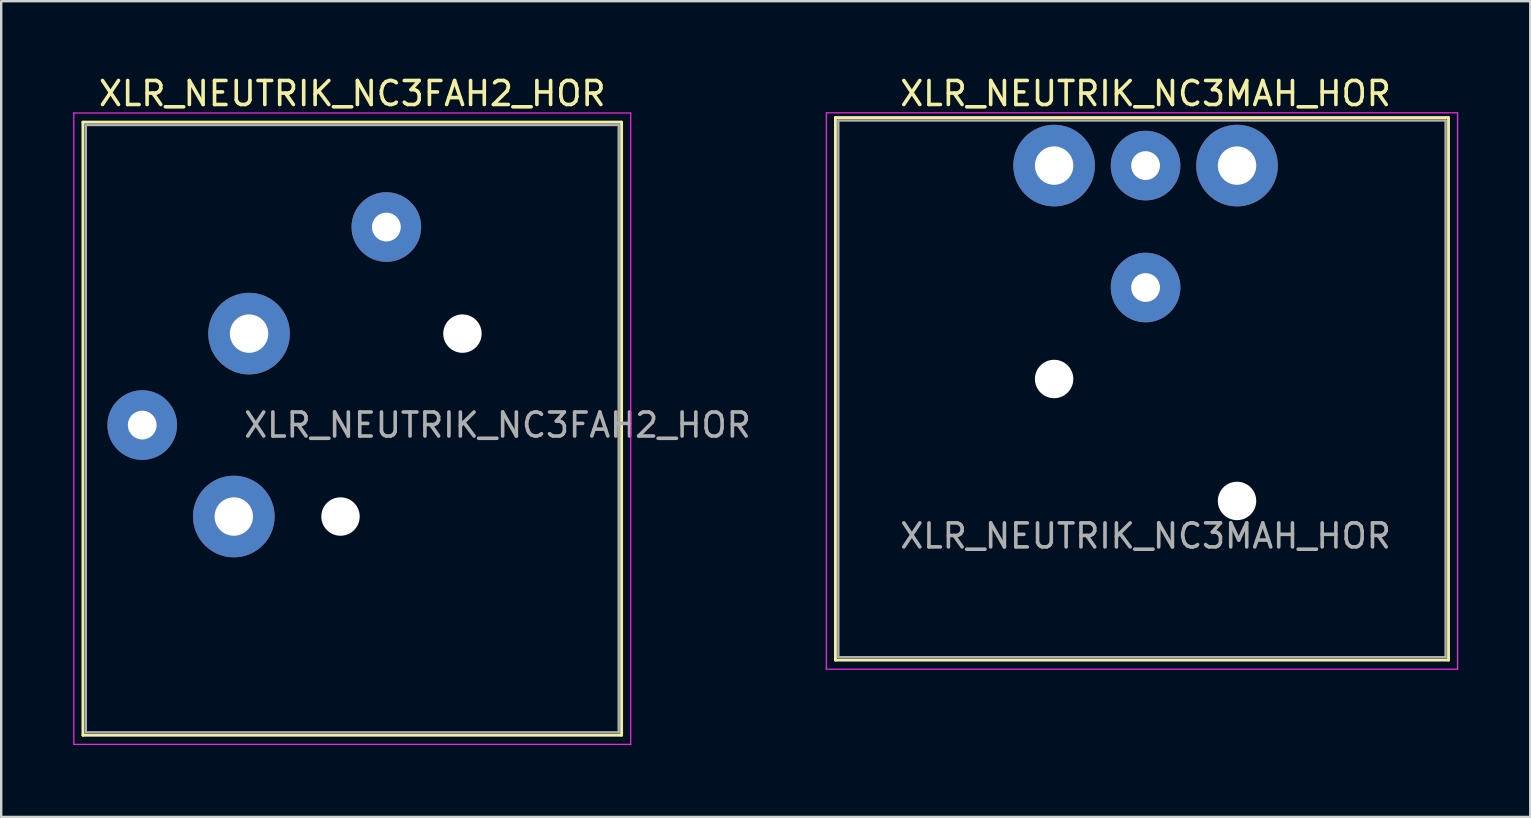
<source format=kicad_pcb>
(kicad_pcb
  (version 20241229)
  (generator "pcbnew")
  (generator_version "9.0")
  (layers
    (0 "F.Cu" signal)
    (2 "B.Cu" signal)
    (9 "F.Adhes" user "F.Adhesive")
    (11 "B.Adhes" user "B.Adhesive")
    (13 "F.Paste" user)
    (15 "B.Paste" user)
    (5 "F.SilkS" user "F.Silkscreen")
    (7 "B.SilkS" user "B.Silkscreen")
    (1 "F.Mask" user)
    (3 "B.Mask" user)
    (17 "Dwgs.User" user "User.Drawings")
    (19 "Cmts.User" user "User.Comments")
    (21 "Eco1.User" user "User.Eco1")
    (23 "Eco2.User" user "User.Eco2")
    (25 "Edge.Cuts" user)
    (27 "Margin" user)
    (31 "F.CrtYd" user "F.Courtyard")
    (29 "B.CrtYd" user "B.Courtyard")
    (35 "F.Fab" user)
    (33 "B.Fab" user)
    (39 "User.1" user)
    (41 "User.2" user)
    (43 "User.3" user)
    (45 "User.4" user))
  (footprint "XLR_NEUTRIK_NC3MAH_HOR"
    (layer "F.Cu")
    (at 40.863 3.848)
    (property "Reference" "XLR_NEUTRIK_NC3MAH_HOR" (at 3.81 -3 0) (layer "F.SilkS") (effects (font (size 1 1) (thickness 0.15))))
    (attr through_hole)
    (fp_line (start -9.11 -2) (end 16.43 -2) (stroke (width 0.12) (type solid)) (layer "F.SilkS"))
    (fp_line (start -9.11 20.6) (end -9.11 -2) (stroke (width 0.12) (type solid)) (layer "F.SilkS"))
    (fp_line (start 16.43 20.6) (end -9.11 20.6) (stroke (width 0.12) (type solid)) (layer "F.SilkS"))
    (fp_line (start 16.43 20.6) (end 16.43 -2) (stroke (width 0.12) (type solid)) (layer "F.SilkS"))
    (fp_line (start -9.49 20.98) (end -9.49 -2.2) (stroke (width 0.05) (type solid)) (layer "F.CrtYd"))
    (fp_line (start 16.81 -2.2) (end -9.49 -2.2) (stroke (width 0.05) (type solid)) (layer "F.CrtYd"))
    (fp_line (start 16.81 20.98) (end -9.49 20.98) (stroke (width 0.05) (type solid)) (layer "F.CrtYd"))
    (fp_line (start 16.81 20.98) (end 16.81 -2.2) (stroke (width 0.05) (type solid)) (layer "F.CrtYd"))
    (fp_line (start -8.99 20.48) (end -8.99 -1.88) (stroke (width 0.1) (type solid)) (layer "F.Fab"))
    (fp_line (start 16.31 -1.88) (end -8.99 -1.88) (stroke (width 0.1) (type solid)) (layer "F.Fab"))
    (fp_line (start 16.31 -1.88) (end 16.31 20.48) (stroke (width 0.1) (type solid)) (layer "F.Fab"))
    (fp_line (start 16.31 20.48) (end -8.99 20.48) (stroke (width 0.1) (type solid)) (layer "F.Fab"))
    (fp_text user "${REFERENCE}" (at 3.81 15.43 0) (layer "F.Fab") (effects (font (size 1 1) (thickness 0.15))))
    (pad "" np_thru_hole circle (at 0 8.89) (size 1.6 1.6) (drill 1.6) (layers "*.Cu" "*.Mask"))
    (pad "" np_thru_hole circle (at 7.62 13.97) (size 1.6 1.6) (drill 1.6) (layers "*.Cu" "*.Mask"))
    (pad "1" thru_hole circle (at 0 0) (size 3.4 3.4) (drill 1.6) (layers "*.Cu" "*.Mask"))
    (pad "2" thru_hole circle (at 7.62 0) (size 3.4 3.4) (drill 1.6) (layers "*.Cu" "*.Mask"))
    (pad "3" thru_hole circle (at 3.81 0) (size 2.9 2.9) (drill 1.2) (layers "*.Cu" "*.Mask"))
    (pad "G" thru_hole circle (at 3.81 5.08) (size 2.9 2.9) (drill 1.2) (layers "*.Cu" "*.Mask")))
  (footprint "XLR_NEUTRIK_NC3FAH2_HOR"
    (layer "F.Cu")
    (at 7.325 10.848)
    (property "Reference" "XLR_NEUTRIK_NC3FAH2_HOR" (at 4.3 -10 0) (layer "F.SilkS") (effects (font (size 1 1) (thickness 0.15))))
    (attr through_hole)
    (fp_line (start -6.92 -8.81) (end -6.92 16.73) (stroke (width 0.12) (type solid)) (layer "F.SilkS"))
    (fp_line (start 15.52 -8.81) (end -6.92 -8.81) (stroke (width 0.12) (type solid)) (layer "F.SilkS"))
    (fp_line (start 15.52 -8.81) (end 15.52 16.73) (stroke (width 0.12) (type solid)) (layer "F.SilkS"))
    (fp_line (start 15.52 16.73) (end -6.92 16.73) (stroke (width 0.12) (type solid)) (layer "F.SilkS"))
    (fp_line (start -7.3 -9.19) (end -7.3 17.11) (stroke (width 0.05) (type solid)) (layer "F.CrtYd"))
    (fp_line (start 15.9 -9.19) (end -7.3 -9.19) (stroke (width 0.05) (type solid)) (layer "F.CrtYd"))
    (fp_line (start 15.9 -9.19) (end 15.9 17.11) (stroke (width 0.05) (type solid)) (layer "F.CrtYd"))
    (fp_line (start 15.9 17.11) (end -7.3 17.11) (stroke (width 0.05) (type solid)) (layer "F.CrtYd"))
    (fp_line (start -6.8 -8.69) (end -6.8 16.61) (stroke (width 0.1) (type solid)) (layer "F.Fab"))
    (fp_line (start -6.8 -8.69) (end 15.4 -8.69) (stroke (width 0.1) (type solid)) (layer "F.Fab"))
    (fp_line (start 15.4 -8.69) (end 15.4 16.61) (stroke (width 0.1) (type solid)) (layer "F.Fab"))
    (fp_line (start 15.4 16.61) (end -6.8 16.61) (stroke (width 0.1) (type solid)) (layer "F.Fab"))
    (fp_text user "${REFERENCE}" (at 10.35 3.81 0) (layer "F.Fab") (effects (font (size 1 1) (thickness 0.15))))
    (pad "" np_thru_hole circle (at 3.81 7.62) (size 1.6 1.6) (drill 1.6) (layers "*.Cu" "*.Mask"))
    (pad "" np_thru_hole circle (at 8.89 0) (size 1.6 1.6) (drill 1.6) (layers "*.Cu" "*.Mask"))
    (pad "1" thru_hole circle (at 0 0) (size 3.4 3.4) (drill 1.6) (layers "*.Cu" "*.Mask"))
    (pad "2" thru_hole circle (at -0.635 7.62) (size 3.4 3.4) (drill 1.6) (layers "*.Cu" "*.Mask"))
    (pad "3" thru_hole circle (at -4.45 3.81) (size 2.9 2.9) (drill 1.2) (layers "*.Cu" "*.Mask"))
    (pad "G" thru_hole circle (at 5.72 -4.44) (size 2.9 2.9) (drill 1.2) (layers "*.Cu" "*.Mask")))
  (gr_rect
    (start -3 -3)
    (end 60.698 30.983)
    (stroke (width 0.1) (type default))
    (fill no)
    (layer "Edge.Cuts")))
</source>
